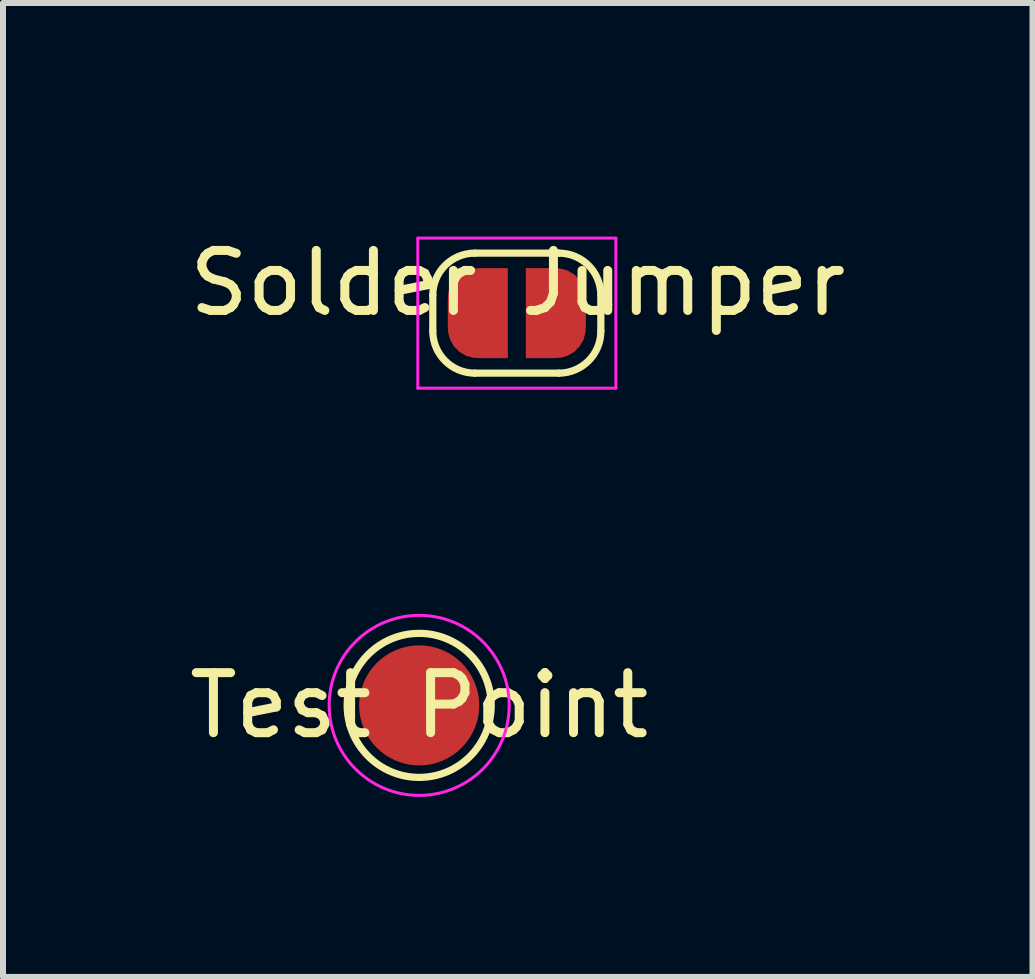
<source format=kicad_pcb>
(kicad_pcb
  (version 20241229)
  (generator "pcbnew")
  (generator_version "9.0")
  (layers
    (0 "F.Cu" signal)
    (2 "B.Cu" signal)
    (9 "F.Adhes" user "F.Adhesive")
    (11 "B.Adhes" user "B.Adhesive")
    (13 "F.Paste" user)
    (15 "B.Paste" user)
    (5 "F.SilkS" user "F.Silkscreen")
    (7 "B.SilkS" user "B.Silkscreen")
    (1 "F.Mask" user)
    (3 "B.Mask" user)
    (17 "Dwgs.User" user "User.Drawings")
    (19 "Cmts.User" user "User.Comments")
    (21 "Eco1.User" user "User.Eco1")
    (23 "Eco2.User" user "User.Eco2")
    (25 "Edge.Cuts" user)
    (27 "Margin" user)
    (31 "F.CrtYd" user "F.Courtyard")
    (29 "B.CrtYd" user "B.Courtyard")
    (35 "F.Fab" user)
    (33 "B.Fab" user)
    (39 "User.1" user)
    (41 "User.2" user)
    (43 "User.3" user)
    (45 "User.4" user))
  (footprint "Test Point"
    (layer "F.Cu")
    (at 3.935 8.704)
    (property "Reference" "Test Point" (at 0 0 0) (layer "F.SilkS") (effects (font (size 1 1) (thickness 0.15))))
    (attr exclude_from_pos_files exclude_from_bom)
    (fp_circle (center 0 0) (end 0 1.2) (stroke (width 0.12) (type solid)) (fill no) (layer "F.SilkS"))
    (fp_circle (center 0 0) (end 1.5 0) (stroke (width 0.05) (type solid)) (fill no) (layer "F.CrtYd"))
    (fp_text user "${NET_NAME(1)}" (at 0 -1.998 0) (unlocked yes) (layer "F.SilkS") (effects (font (size 1 1) (thickness 0.15))))
    (pad "1" smd circle (at 0 0) (size 2 2) (layers "F.Cu" "F.Mask")))
  (footprint "Solder Jumper"
    (layer "F.Cu")
    (at 5.577 2.168)
    (property "Reference" "Solder Jumper" (at 0 -0.5 0) (unlocked yes) (layer "F.SilkS") (effects (font (size 1 1) (thickness 0.15))))
    (attr smd)
    (fp_line (start -1.415 0.3) (end -1.415 -0.3) (stroke (width 0.12) (type solid)) (layer "F.SilkS"))
    (fp_line (start -0.715 -1) (end 0.685 -1) (stroke (width 0.12) (type solid)) (layer "F.SilkS"))
    (fp_line (start 0.685 1) (end -0.715 1) (stroke (width 0.12) (type solid)) (layer "F.SilkS"))
    (fp_line (start 1.385 -0.3) (end 1.385 0.3) (stroke (width 0.12) (type solid)) (layer "F.SilkS"))
    (fp_arc (start -1.415 -0.3) (mid -1.209975 -0.794975) (end -0.715 -1) (stroke (width 0.12) (type solid)) (layer "F.SilkS"))
    (fp_arc (start -0.715 1) (mid -1.209975 0.794975) (end -1.415 0.3) (stroke (width 0.12) (type solid)) (layer "F.SilkS"))
    (fp_arc (start 0.685 -1) (mid 1.179975 -0.794975) (end 1.385 -0.3) (stroke (width 0.12) (type solid)) (layer "F.SilkS"))
    (fp_arc (start 1.385 0.3) (mid 1.179975 0.794975) (end 0.685 1) (stroke (width 0.12) (type solid)) (layer "F.SilkS"))
    (fp_line (start -1.665 -1.25) (end -1.665 1.25) (stroke (width 0.05) (type solid)) (layer "F.CrtYd"))
    (fp_line (start -1.665 -1.25) (end 1.635 -1.25) (stroke (width 0.05) (type solid)) (layer "F.CrtYd"))
    (fp_line (start 1.635 1.25) (end -1.665 1.25) (stroke (width 0.05) (type solid)) (layer "F.CrtYd"))
    (fp_line (start 1.635 1.25) (end 1.635 -1.25) (stroke (width 0.05) (type solid)) (layer "F.CrtYd"))
    (fp_text user "${NET_NAME(2)}" (at 0 -1.905 0) (unlocked yes) (layer "F.SilkS") (effects (font (size 1 1) (thickness 0.15))))
    (pad "1" smd custom (at -0.665 0) (size 1 0.5) (layers "F.Cu" "F.Mask") (options (anchor rect)) (primitives (gr_circle (center 0 0.25) (end 0.5 0.25) (width 0) (fill yes)) (gr_circle (center 0 -0.25) (end 0.5 -0.25) (width 0) (fill yes)) (gr_poly (pts (xy 0.5 0.75) (xy 0 0.75) (xy 0 -0.75) (xy 0.5 -0.75)) (width 0) (fill yes))))
    (pad "2" smd custom (at 0.635 0) (size 1 0.5) (layers "F.Cu" "F.Mask") (options (anchor rect)) (primitives (gr_circle (center 0 0.25) (end 0.5 0.25) (width 0) (fill yes)) (gr_circle (center 0 -0.25) (end 0.5 -0.25) (width 0) (fill yes)) (gr_poly (pts (xy 0 0.75) (xy -0.5 0.75) (xy -0.5 -0.75) (xy 0 -0.75)) (width 0) (fill yes)))))
  (gr_rect
    (start -3 -3)
    (end 14.155 13.229)
    (stroke (width 0.1) (type default))
    (fill no)
    (layer "Edge.Cuts")))
</source>
